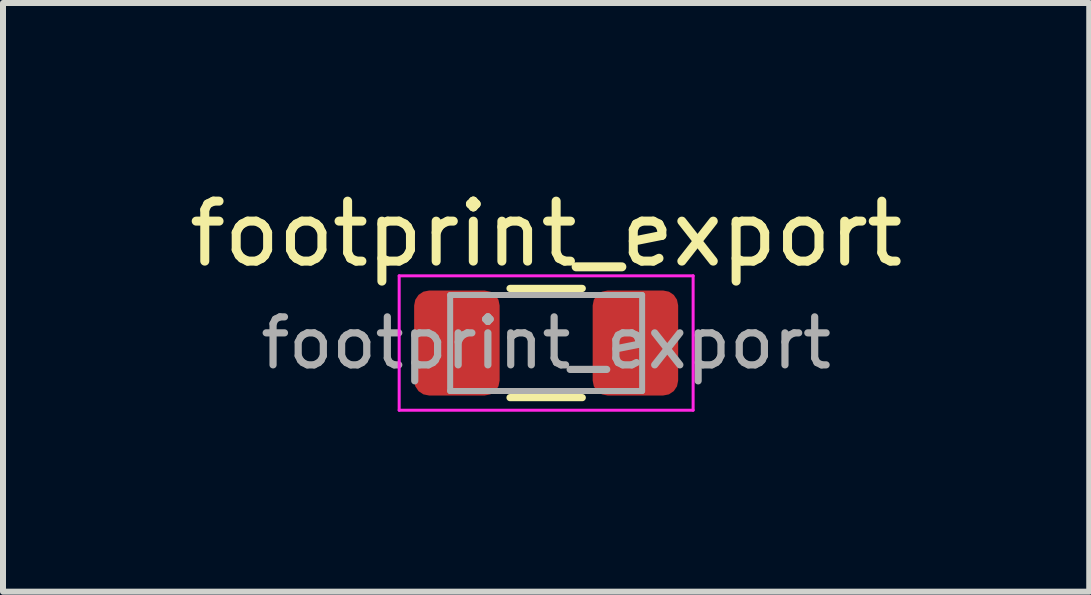
<source format=kicad_pcb>
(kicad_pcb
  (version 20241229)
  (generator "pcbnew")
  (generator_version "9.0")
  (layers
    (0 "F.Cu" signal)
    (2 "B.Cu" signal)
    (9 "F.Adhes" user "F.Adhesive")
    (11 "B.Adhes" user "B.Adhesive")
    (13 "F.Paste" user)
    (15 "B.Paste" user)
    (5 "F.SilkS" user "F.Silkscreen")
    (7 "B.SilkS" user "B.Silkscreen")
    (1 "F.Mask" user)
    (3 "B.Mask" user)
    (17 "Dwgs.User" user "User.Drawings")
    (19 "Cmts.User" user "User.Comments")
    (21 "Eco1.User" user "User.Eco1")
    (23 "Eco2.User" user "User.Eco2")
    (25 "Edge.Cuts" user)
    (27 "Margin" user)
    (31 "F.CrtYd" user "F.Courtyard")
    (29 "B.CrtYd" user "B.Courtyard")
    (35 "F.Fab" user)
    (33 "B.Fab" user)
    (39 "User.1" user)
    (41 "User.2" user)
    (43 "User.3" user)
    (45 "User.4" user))
  (footprint "footprint_export"
    (layer "F.Cu")
    (at 6.054 2.668)
    (property "Reference" "footprint_export" (at 0 -1.82 0) (layer "F.SilkS") (effects (font (size 1 1) (thickness 0.15))))
    (attr smd)
    (fp_line (start -0.602 -0.91) (end 0.602 -0.91) (stroke (width 0.12) (type solid)) (layer "F.SilkS"))
    (fp_line (start -0.602 0.91) (end 0.602 0.91) (stroke (width 0.12) (type solid)) (layer "F.SilkS"))
    (fp_line (start -2.45 -1.12) (end 2.45 -1.12) (stroke (width 0.05) (type solid)) (layer "F.CrtYd"))
    (fp_line (start -2.45 1.12) (end -2.45 -1.12) (stroke (width 0.05) (type solid)) (layer "F.CrtYd"))
    (fp_line (start 2.45 -1.12) (end 2.45 1.12) (stroke (width 0.05) (type solid)) (layer "F.CrtYd"))
    (fp_line (start 2.45 1.12) (end -2.45 1.12) (stroke (width 0.05) (type solid)) (layer "F.CrtYd"))
    (fp_line (start -1.6 -0.8) (end 1.6 -0.8) (stroke (width 0.1) (type solid)) (layer "F.Fab"))
    (fp_line (start -1.6 0.8) (end -1.6 -0.8) (stroke (width 0.1) (type solid)) (layer "F.Fab"))
    (fp_line (start 1.6 -0.8) (end 1.6 0.8) (stroke (width 0.1) (type solid)) (layer "F.Fab"))
    (fp_line (start 1.6 0.8) (end -1.6 0.8) (stroke (width 0.1) (type solid)) (layer "F.Fab"))
    (fp_text user "${REFERENCE}" (at 0 0 0) (layer "F.Fab") (effects (font (size 0.8 0.8) (thickness 0.12))))
    (pad "1" smd roundrect (at -1.488 0) (size 1.425 1.75) (layers "F.Cu" "F.Mask" "F.Paste") (roundrect_rratio 0.175))
    (pad "2" smd roundrect (at 1.488 0) (size 1.425 1.75) (layers "F.Cu" "F.Mask" "F.Paste") (roundrect_rratio 0.175)))
  (gr_rect
    (start -3 -3)
    (end 15.107 6.813)
    (stroke (width 0.1) (type default))
    (fill no)
    (layer "Edge.Cuts")))
</source>
